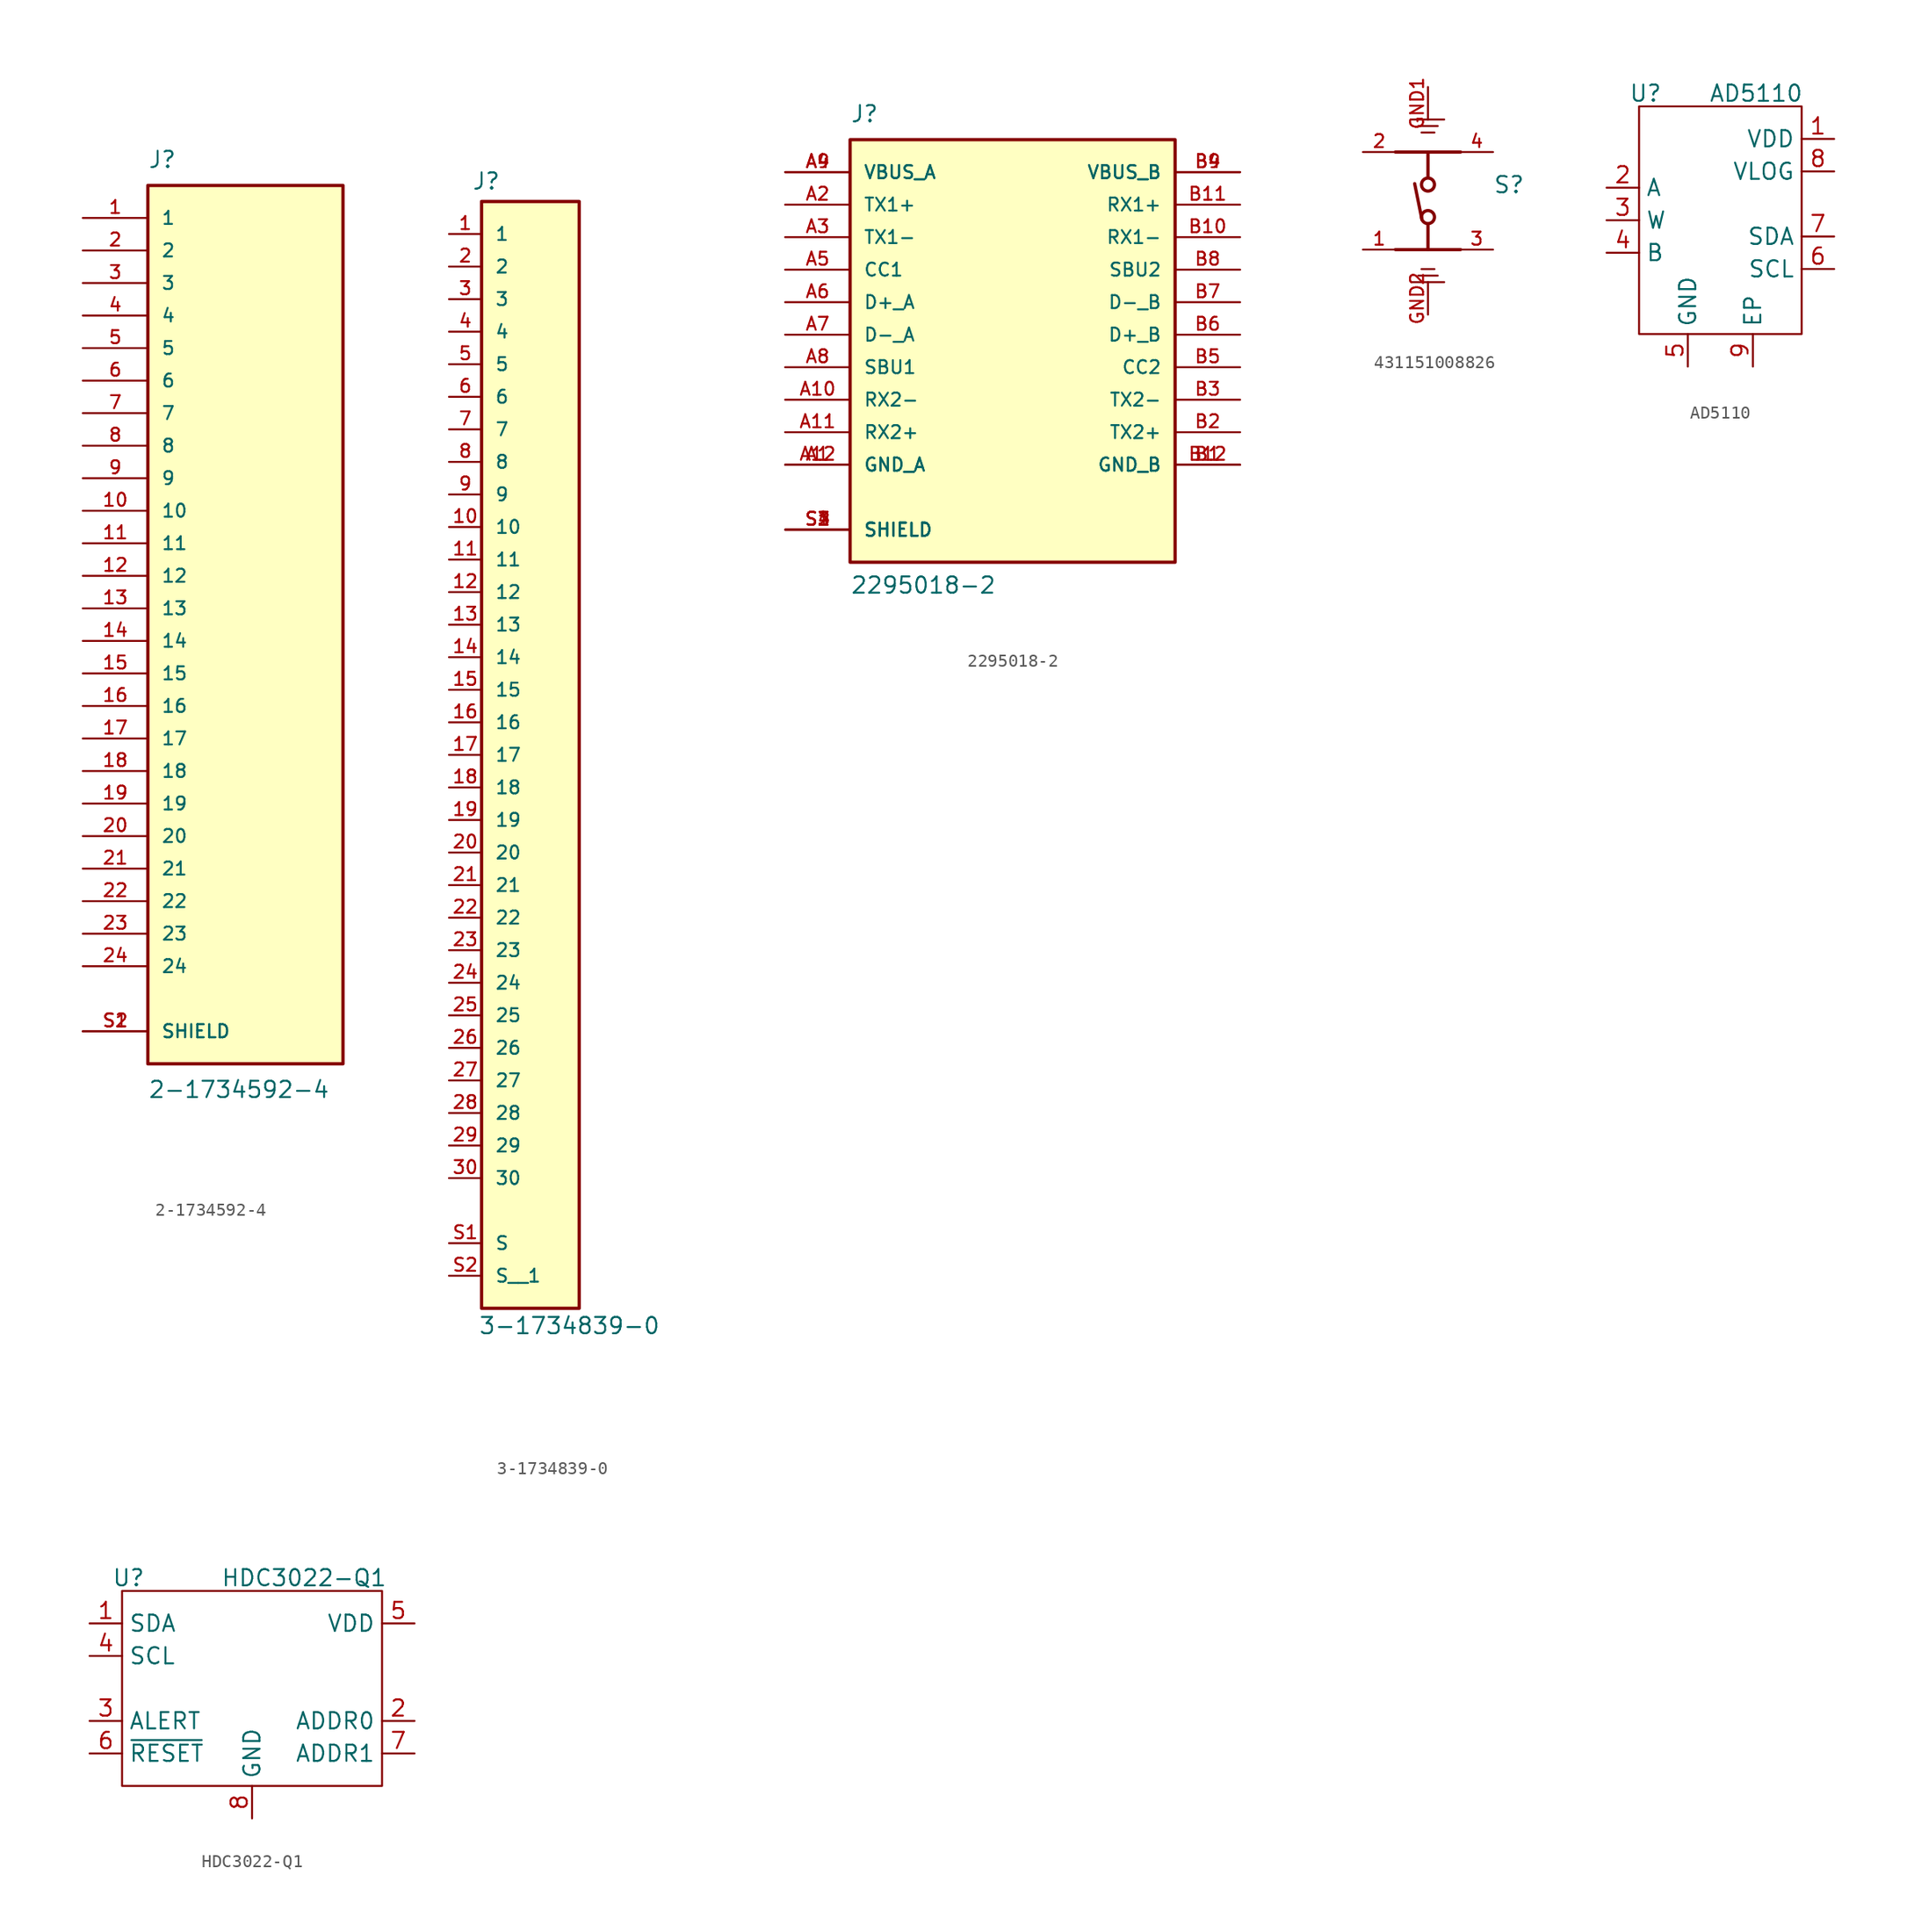
<source format=kicad_sym>
(kicad_symbol_lib
  (version 20231120)
  (generator "kicad_symbol_editor")
  (generator_version "8.0")
  (symbol "2-1734592-4"
    (pin_names
      (offset 1.016))
    (property "Reference" "J"
      (at -7.62 34.29 0)
      (effects (font (size 1.27 1.27)) (justify left bottom)))
    (property "Value" "2-1734592-4"
      (at -7.62 -36.83 0)
      (effects (font (size 1.27 1.27)) (justify left top)))
    (symbol "2-1734592-4_0_0"
      (rectangle (start -7.62 -35.56) (end 7.62 33.02) (stroke (width 0.254) (type default)) (fill (type background)))
      (pin passive line (at -12.7 30.48 0) (length 5.08) (name "1" (effects (font (size 1.016 1.016)))) (number "1" (effects (font (size 1.016 1.016)))))
      (pin passive line (at -12.7 7.62 0) (length 5.08) (name "10" (effects (font (size 1.016 1.016)))) (number "10" (effects (font (size 1.016 1.016)))))
      (pin passive line (at -12.7 5.08 0) (length 5.08) (name "11" (effects (font (size 1.016 1.016)))) (number "11" (effects (font (size 1.016 1.016)))))
      (pin passive line (at -12.7 2.54 0) (length 5.08) (name "12" (effects (font (size 1.016 1.016)))) (number "12" (effects (font (size 1.016 1.016)))))
      (pin passive line (at -12.7 0 0) (length 5.08) (name "13" (effects (font (size 1.016 1.016)))) (number "13" (effects (font (size 1.016 1.016)))))
      (pin passive line (at -12.7 -2.54 0) (length 5.08) (name "14" (effects (font (size 1.016 1.016)))) (number "14" (effects (font (size 1.016 1.016)))))
      (pin passive line (at -12.7 -5.08 0) (length 5.08) (name "15" (effects (font (size 1.016 1.016)))) (number "15" (effects (font (size 1.016 1.016)))))
      (pin passive line (at -12.7 -7.62 0) (length 5.08) (name "16" (effects (font (size 1.016 1.016)))) (number "16" (effects (font (size 1.016 1.016)))))
      (pin passive line (at -12.7 -10.16 0) (length 5.08) (name "17" (effects (font (size 1.016 1.016)))) (number "17" (effects (font (size 1.016 1.016)))))
      (pin passive line (at -12.7 -12.7 0) (length 5.08) (name "18" (effects (font (size 1.016 1.016)))) (number "18" (effects (font (size 1.016 1.016)))))
      (pin passive line (at -12.7 -15.24 0) (length 5.08) (name "19" (effects (font (size 1.016 1.016)))) (number "19" (effects (font (size 1.016 1.016)))))
      (pin passive line (at -12.7 27.94 0) (length 5.08) (name "2" (effects (font (size 1.016 1.016)))) (number "2" (effects (font (size 1.016 1.016)))))
      (pin passive line (at -12.7 -17.78 0) (length 5.08) (name "20" (effects (font (size 1.016 1.016)))) (number "20" (effects (font (size 1.016 1.016)))))
      (pin passive line (at -12.7 -20.32 0) (length 5.08) (name "21" (effects (font (size 1.016 1.016)))) (number "21" (effects (font (size 1.016 1.016)))))
      (pin passive line (at -12.7 -22.86 0) (length 5.08) (name "22" (effects (font (size 1.016 1.016)))) (number "22" (effects (font (size 1.016 1.016)))))
      (pin passive line (at -12.7 -25.4 0) (length 5.08) (name "23" (effects (font (size 1.016 1.016)))) (number "23" (effects (font (size 1.016 1.016)))))
      (pin passive line (at -12.7 -27.94 0) (length 5.08) (name "24" (effects (font (size 1.016 1.016)))) (number "24" (effects (font (size 1.016 1.016)))))
      (pin passive line (at -12.7 25.4 0) (length 5.08) (name "3" (effects (font (size 1.016 1.016)))) (number "3" (effects (font (size 1.016 1.016)))))
      (pin passive line (at -12.7 22.86 0) (length 5.08) (name "4" (effects (font (size 1.016 1.016)))) (number "4" (effects (font (size 1.016 1.016)))))
      (pin passive line (at -12.7 20.32 0) (length 5.08) (name "5" (effects (font (size 1.016 1.016)))) (number "5" (effects (font (size 1.016 1.016)))))
      (pin passive line (at -12.7 17.78 0) (length 5.08) (name "6" (effects (font (size 1.016 1.016)))) (number "6" (effects (font (size 1.016 1.016)))))
      (pin passive line (at -12.7 15.24 0) (length 5.08) (name "7" (effects (font (size 1.016 1.016)))) (number "7" (effects (font (size 1.016 1.016)))))
      (pin passive line (at -12.7 12.7 0) (length 5.08) (name "8" (effects (font (size 1.016 1.016)))) (number "8" (effects (font (size 1.016 1.016)))))
      (pin passive line (at -12.7 10.16 0) (length 5.08) (name "9" (effects (font (size 1.016 1.016)))) (number "9" (effects (font (size 1.016 1.016)))))
      (pin passive line (at -12.7 -33.02 0) (length 5.08) (name "SHIELD" (effects (font (size 1.016 1.016)))) (number "S1" (effects (font (size 1.016 1.016)))))
      (pin passive line (at -12.7 -33.02 0) (length 5.08) (name "SHIELD" (effects (font (size 1.016 1.016)))) (number "S2" (effects (font (size 1.016 1.016)))))))
  (symbol "3-1734839-0"
    (pin_names
      (offset 1.016))
    (property "Reference" "J"
      (at -5.842 41.478 0)
      (effects (font (size 1.27 1.27)) (justify left bottom)))
    (property "Value" "3-1734839-0"
      (at -5.334 -47.828 0)
      (effects (font (size 1.27 1.27)) (justify left bottom)))
    (property "ki_locked" ""
      (at 0 0 0)
      (effects (font (size 1.27 1.27))))
    (symbol "3-1734839-0_0_0"
      (rectangle (start -5.08 -45.72) (end 2.54 40.64) (stroke (width 0.254) (type solid)) (fill (type background)))
      (pin passive line (at -7.62 38.1 0) (length 2.54) (name "1" (effects (font (size 1.016 1.016)))) (number "1" (effects (font (size 1.016 1.016)))))
      (pin passive line (at -7.62 15.24 0) (length 2.54) (name "10" (effects (font (size 1.016 1.016)))) (number "10" (effects (font (size 1.016 1.016)))))
      (pin passive line (at -7.62 12.7 0) (length 2.54) (name "11" (effects (font (size 1.016 1.016)))) (number "11" (effects (font (size 1.016 1.016)))))
      (pin passive line (at -7.62 10.16 0) (length 2.54) (name "12" (effects (font (size 1.016 1.016)))) (number "12" (effects (font (size 1.016 1.016)))))
      (pin passive line (at -7.62 7.62 0) (length 2.54) (name "13" (effects (font (size 1.016 1.016)))) (number "13" (effects (font (size 1.016 1.016)))))
      (pin passive line (at -7.62 5.08 0) (length 2.54) (name "14" (effects (font (size 1.016 1.016)))) (number "14" (effects (font (size 1.016 1.016)))))
      (pin passive line (at -7.62 2.54 0) (length 2.54) (name "15" (effects (font (size 1.016 1.016)))) (number "15" (effects (font (size 1.016 1.016)))))
      (pin passive line (at -7.62 0 0) (length 2.54) (name "16" (effects (font (size 1.016 1.016)))) (number "16" (effects (font (size 1.016 1.016)))))
      (pin passive line (at -7.62 -2.54 0) (length 2.54) (name "17" (effects (font (size 1.016 1.016)))) (number "17" (effects (font (size 1.016 1.016)))))
      (pin passive line (at -7.62 -5.08 0) (length 2.54) (name "18" (effects (font (size 1.016 1.016)))) (number "18" (effects (font (size 1.016 1.016)))))
      (pin passive line (at -7.62 -7.62 0) (length 2.54) (name "19" (effects (font (size 1.016 1.016)))) (number "19" (effects (font (size 1.016 1.016)))))
      (pin passive line (at -7.62 35.56 0) (length 2.54) (name "2" (effects (font (size 1.016 1.016)))) (number "2" (effects (font (size 1.016 1.016)))))
      (pin passive line (at -7.62 -10.16 0) (length 2.54) (name "20" (effects (font (size 1.016 1.016)))) (number "20" (effects (font (size 1.016 1.016)))))
      (pin passive line (at -7.62 -12.7 0) (length 2.54) (name "21" (effects (font (size 1.016 1.016)))) (number "21" (effects (font (size 1.016 1.016)))))
      (pin passive line (at -7.62 -15.24 0) (length 2.54) (name "22" (effects (font (size 1.016 1.016)))) (number "22" (effects (font (size 1.016 1.016)))))
      (pin passive line (at -7.62 -17.78 0) (length 2.54) (name "23" (effects (font (size 1.016 1.016)))) (number "23" (effects (font (size 1.016 1.016)))))
      (pin passive line (at -7.62 -20.32 0) (length 2.54) (name "24" (effects (font (size 1.016 1.016)))) (number "24" (effects (font (size 1.016 1.016)))))
      (pin passive line (at -7.62 -22.86 0) (length 2.54) (name "25" (effects (font (size 1.016 1.016)))) (number "25" (effects (font (size 1.016 1.016)))))
      (pin passive line (at -7.62 -25.4 0) (length 2.54) (name "26" (effects (font (size 1.016 1.016)))) (number "26" (effects (font (size 1.016 1.016)))))
      (pin passive line (at -7.62 -27.94 0) (length 2.54) (name "27" (effects (font (size 1.016 1.016)))) (number "27" (effects (font (size 1.016 1.016)))))
      (pin passive line (at -7.62 -30.48 0) (length 2.54) (name "28" (effects (font (size 1.016 1.016)))) (number "28" (effects (font (size 1.016 1.016)))))
      (pin passive line (at -7.62 -33.02 0) (length 2.54) (name "29" (effects (font (size 1.016 1.016)))) (number "29" (effects (font (size 1.016 1.016)))))
      (pin passive line (at -7.62 33.02 0) (length 2.54) (name "3" (effects (font (size 1.016 1.016)))) (number "3" (effects (font (size 1.016 1.016)))))
      (pin passive line (at -7.62 -35.56 0) (length 2.54) (name "30" (effects (font (size 1.016 1.016)))) (number "30" (effects (font (size 1.016 1.016)))))
      (pin passive line (at -7.62 30.48 0) (length 2.54) (name "4" (effects (font (size 1.016 1.016)))) (number "4" (effects (font (size 1.016 1.016)))))
      (pin passive line (at -7.62 27.94 0) (length 2.54) (name "5" (effects (font (size 1.016 1.016)))) (number "5" (effects (font (size 1.016 1.016)))))
      (pin passive line (at -7.62 25.4 0) (length 2.54) (name "6" (effects (font (size 1.016 1.016)))) (number "6" (effects (font (size 1.016 1.016)))))
      (pin passive line (at -7.62 22.86 0) (length 2.54) (name "7" (effects (font (size 1.016 1.016)))) (number "7" (effects (font (size 1.016 1.016)))))
      (pin passive line (at -7.62 20.32 0) (length 2.54) (name "8" (effects (font (size 1.016 1.016)))) (number "8" (effects (font (size 1.016 1.016)))))
      (pin passive line (at -7.62 17.78 0) (length 2.54) (name "9" (effects (font (size 1.016 1.016)))) (number "9" (effects (font (size 1.016 1.016)))))
      (pin passive line (at -7.62 -40.64 0) (length 2.54) (name "S" (effects (font (size 1.016 1.016)))) (number "S1" (effects (font (size 1.016 1.016)))))
      (pin passive line (at -7.62 -43.18 0) (length 2.54) (name "S__1" (effects (font (size 1.016 1.016)))) (number "S2" (effects (font (size 1.016 1.016)))))))
  (symbol "2295018-2"
    (pin_names
      (offset 1.016))
    (property "Reference" "J"
      (at -12.7 16.51 0)
      (effects (font (size 1.27 1.27)) (justify left bottom)))
    (property "Value" "2295018-2"
      (at -12.7 -20.32 0)
      (effects (font (size 1.27 1.27)) (justify left bottom)))
    (symbol "2295018-2_0_0"
      (rectangle (start -12.7 -17.78) (end 12.7 15.24) (stroke (width 0.254) (type default)) (fill (type background)))
      (pin power_in line (at -17.78 -10.16 0) (length 5.08) (name "GND_A" (effects (font (size 1.016 1.016)))) (number "A1" (effects (font (size 1.016 1.016)))))
      (pin bidirectional line (at -17.78 -5.08 0) (length 5.08) (name "RX2-" (effects (font (size 1.016 1.016)))) (number "A10" (effects (font (size 1.016 1.016)))))
      (pin bidirectional line (at -17.78 -7.62 0) (length 5.08) (name "RX2+" (effects (font (size 1.016 1.016)))) (number "A11" (effects (font (size 1.016 1.016)))))
      (pin power_in line (at -17.78 -10.16 0) (length 5.08) (name "GND_A" (effects (font (size 1.016 1.016)))) (number "A12" (effects (font (size 1.016 1.016)))))
      (pin bidirectional line (at -17.78 10.16 0) (length 5.08) (name "TX1+" (effects (font (size 1.016 1.016)))) (number "A2" (effects (font (size 1.016 1.016)))))
      (pin bidirectional line (at -17.78 7.62 0) (length 5.08) (name "TX1-" (effects (font (size 1.016 1.016)))) (number "A3" (effects (font (size 1.016 1.016)))))
      (pin power_in line (at -17.78 12.7 0) (length 5.08) (name "VBUS_A" (effects (font (size 1.016 1.016)))) (number "A4" (effects (font (size 1.016 1.016)))))
      (pin bidirectional line (at -17.78 5.08 0) (length 5.08) (name "CC1" (effects (font (size 1.016 1.016)))) (number "A5" (effects (font (size 1.016 1.016)))))
      (pin bidirectional line (at -17.78 2.54 0) (length 5.08) (name "D+_A" (effects (font (size 1.016 1.016)))) (number "A6" (effects (font (size 1.016 1.016)))))
      (pin bidirectional line (at -17.78 0 0) (length 5.08) (name "D-_A" (effects (font (size 1.016 1.016)))) (number "A7" (effects (font (size 1.016 1.016)))))
      (pin bidirectional line (at -17.78 -2.54 0) (length 5.08) (name "SBU1" (effects (font (size 1.016 1.016)))) (number "A8" (effects (font (size 1.016 1.016)))))
      (pin power_in line (at -17.78 12.7 0) (length 5.08) (name "VBUS_A" (effects (font (size 1.016 1.016)))) (number "A9" (effects (font (size 1.016 1.016)))))
      (pin power_in line (at 17.78 -10.16 180) (length 5.08) (name "GND_B" (effects (font (size 1.016 1.016)))) (number "B1" (effects (font (size 1.016 1.016)))))
      (pin bidirectional line (at 17.78 7.62 180) (length 5.08) (name "RX1-" (effects (font (size 1.016 1.016)))) (number "B10" (effects (font (size 1.016 1.016)))))
      (pin bidirectional line (at 17.78 10.16 180) (length 5.08) (name "RX1+" (effects (font (size 1.016 1.016)))) (number "B11" (effects (font (size 1.016 1.016)))))
      (pin power_in line (at 17.78 -10.16 180) (length 5.08) (name "GND_B" (effects (font (size 1.016 1.016)))) (number "B12" (effects (font (size 1.016 1.016)))))
      (pin bidirectional line (at 17.78 -7.62 180) (length 5.08) (name "TX2+" (effects (font (size 1.016 1.016)))) (number "B2" (effects (font (size 1.016 1.016)))))
      (pin bidirectional line (at 17.78 -5.08 180) (length 5.08) (name "TX2-" (effects (font (size 1.016 1.016)))) (number "B3" (effects (font (size 1.016 1.016)))))
      (pin power_in line (at 17.78 12.7 180) (length 5.08) (name "VBUS_B" (effects (font (size 1.016 1.016)))) (number "B4" (effects (font (size 1.016 1.016)))))
      (pin bidirectional line (at 17.78 -2.54 180) (length 5.08) (name "CC2" (effects (font (size 1.016 1.016)))) (number "B5" (effects (font (size 1.016 1.016)))))
      (pin bidirectional line (at 17.78 0 180) (length 5.08) (name "D+_B" (effects (font (size 1.016 1.016)))) (number "B6" (effects (font (size 1.016 1.016)))))
      (pin bidirectional line (at 17.78 2.54 180) (length 5.08) (name "D-_B" (effects (font (size 1.016 1.016)))) (number "B7" (effects (font (size 1.016 1.016)))))
      (pin bidirectional line (at 17.78 5.08 180) (length 5.08) (name "SBU2" (effects (font (size 1.016 1.016)))) (number "B8" (effects (font (size 1.016 1.016)))))
      (pin power_in line (at 17.78 12.7 180) (length 5.08) (name "VBUS_B" (effects (font (size 1.016 1.016)))) (number "B9" (effects (font (size 1.016 1.016)))))
      (pin passive line (at -17.78 -15.24 0) (length 5.08) (name "SHIELD" (effects (font (size 1.016 1.016)))) (number "S1" (effects (font (size 1.016 1.016)))))
      (pin passive line (at -17.78 -15.24 0) (length 5.08) (name "SHIELD" (effects (font (size 1.016 1.016)))) (number "S2" (effects (font (size 1.016 1.016)))))
      (pin passive line (at -17.78 -15.24 0) (length 5.08) (name "SHIELD" (effects (font (size 1.016 1.016)))) (number "S3" (effects (font (size 1.016 1.016)))))
      (pin passive line (at -17.78 -15.24 0) (length 5.08) (name "SHIELD" (effects (font (size 1.016 1.016)))) (number "S4" (effects (font (size 1.016 1.016)))))))
  (symbol "431151008826"
    (pin_names
      (offset 1.016))
    (property "Reference" "S"
      (at 5.08 1.778 0)
      (effects (font (size 1.27 1.27)) (justify left bottom)))
    (symbol "431151008826_0_0"
      (polyline (pts (xy -2.54 -2.54) (xy 0 -2.54)) (stroke (width 0.254) (type default)) (fill (type none)))
      (polyline (pts (xy -2.54 5.08) (xy 0 5.08)) (stroke (width 0.254) (type default)) (fill (type none)))
      (polyline (pts (xy -1.27 7.62) (xy 1.27 7.62)) (stroke (width 0.152) (type default)) (fill (type none)))
      (polyline (pts (xy -0.762 7.112) (xy 0.762 7.112)) (stroke (width 0.152) (type default)) (fill (type none)))
      (polyline (pts (xy -0.508 6.604) (xy 0.508 6.604)) (stroke (width 0.152) (type default)) (fill (type none)))
      (polyline (pts (xy -0.47 -0.2) (xy -1.04 2.61)) (stroke (width 0.254) (type default)) (fill (type none)))
      (polyline (pts (xy 0 -2.54) (xy 2.54 -2.54)) (stroke (width 0.254) (type default)) (fill (type none)))
      (polyline (pts (xy 0 -0.635) (xy 0 -2.54)) (stroke (width 0.254) (type default)) (fill (type none)))
      (polyline (pts (xy 0 5.08) (xy 0 3.175)) (stroke (width 0.254) (type default)) (fill (type none)))
      (polyline (pts (xy 0 5.08) (xy 2.54 5.08)) (stroke (width 0.254) (type default)) (fill (type none)))
      (polyline (pts (xy 0.508 -4.064) (xy -0.508 -4.064)) (stroke (width 0.152) (type default)) (fill (type none)))
      (polyline (pts (xy 0.762 -4.572) (xy -0.762 -4.572)) (stroke (width 0.152) (type default)) (fill (type none)))
      (polyline (pts (xy 1.27 -5.08) (xy -1.27 -5.08)) (stroke (width 0.152) (type default)) (fill (type none)))
      (circle (center 0 0) (radius 0.508) (stroke (width 0.254) (type default)) (fill (type none)))
      (circle (center 0 2.54) (radius 0.508) (stroke (width 0.254) (type default)) (fill (type none)))
      (pin passive line (at -5.08 -2.54 0) (length 2.54) (name "~" (effects (font (size 1.016 1.016)))) (number "1" (effects (font (size 1.016 1.016)))))
      (pin passive line (at -5.08 5.08 0) (length 2.54) (name "~" (effects (font (size 1.016 1.016)))) (number "2" (effects (font (size 1.016 1.016)))))
      (pin passive line (at 5.08 -2.54 180) (length 2.54) (name "~" (effects (font (size 1.016 1.016)))) (number "3" (effects (font (size 1.016 1.016)))))
      (pin passive line (at 5.08 5.08 180) (length 2.54) (name "~" (effects (font (size 1.016 1.016)))) (number "4" (effects (font (size 1.016 1.016)))))
      (pin passive line (at 0 10.16 270) (length 2.54) (name "~" (effects (font (size 1.016 1.016)))) (number "GND1" (effects (font (size 1.016 1.016)))))
      (pin passive line (at 0 -7.62 90) (length 2.54) (name "~" (effects (font (size 1.016 1.016)))) (number "GND2" (effects (font (size 1.016 1.016)))))))
  (symbol "AD5110"
    (property "Reference" "U"
      (at -5.842 9.906 0)
      (effects (font (size 1.27 1.27))))
    (property "Value" "AD5110"
      (at 2.794 9.906 0)
      (effects (font (size 1.27 1.27))))
    (symbol "AD5110_0_0"
      (pin power_in line (at 8.89 6.35 180) (length 2.54) (name "VDD" (effects (font (size 1.27 1.27)))) (number "1" (effects (font (size 1.27 1.27)))))
      (pin passive line (at -8.89 2.54 0) (length 2.54) (name "A" (effects (font (size 1.27 1.27)))) (number "2" (effects (font (size 1.27 1.27)))))
      (pin passive line (at -8.89 0 0) (length 2.54) (name "W" (effects (font (size 1.27 1.27)))) (number "3" (effects (font (size 1.27 1.27)))))
      (pin passive line (at -8.89 -2.54 0) (length 2.54) (name "B" (effects (font (size 1.27 1.27)))) (number "4" (effects (font (size 1.27 1.27)))))
      (pin power_in line (at -2.54 -11.43 90) (length 2.54) (name "GND" (effects (font (size 1.27 1.27)))) (number "5" (effects (font (size 1.27 1.27)))))
      (pin input line (at 8.89 -3.81 180) (length 2.54) (name "SCL" (effects (font (size 1.27 1.27)))) (number "6" (effects (font (size 1.27 1.27)))))
      (pin bidirectional line (at 8.89 -1.27 180) (length 2.54) (name "SDA" (effects (font (size 1.27 1.27)))) (number "7" (effects (font (size 1.27 1.27)))))
      (pin power_in line (at 8.89 3.81 180) (length 2.54) (name "VLOG" (effects (font (size 1.27 1.27)))) (number "8" (effects (font (size 1.27 1.27)))))
      (pin unspecified line (at 2.54 -11.43 90) (length 2.54) (name "EP" (effects (font (size 1.27 1.27)))) (number "9" (effects (font (size 1.27 1.27))))))
    (symbol "AD5110_0_1"
      (rectangle (start -6.35 8.89) (end 6.35 -8.89) (stroke (width 0) (type default)) (fill (type none)))))
  (symbol "HDC3022-Q1"
    (property "Reference" "U"
      (at -7.112 16.256 0)
      (effects (font (size 1.27 1.27))))
    (property "Value" "HDC3022-Q1"
      (at 6.604 16.256 0)
      (effects (font (size 1.27 1.27))))
    (symbol "HDC3022-Q1_0_0"
      (pin bidirectional line (at -10.16 12.7 0) (length 2.54) (name "SDA" (effects (font (size 1.27 1.27)))) (number "1" (effects (font (size 1.27 1.27)))))
      (pin output line (at -10.16 5.08 0) (length 2.54) (name "ALERT" (effects (font (size 1.27 1.27)))) (number "3" (effects (font (size 1.27 1.27)))))
      (pin input line (at -10.16 10.16 0) (length 2.54) (name "SCL" (effects (font (size 1.27 1.27)))) (number "4" (effects (font (size 1.27 1.27)))))
      (pin power_in line (at 15.24 12.7 180) (length 2.54) (name "VDD" (effects (font (size 1.27 1.27)))) (number "5" (effects (font (size 1.27 1.27)))))
      (pin input line (at -10.16 2.54 0) (length 2.54) (name "~{RESET}" (effects (font (size 1.27 1.27)))) (number "6" (effects (font (size 1.27 1.27)))))
      (pin input line (at 15.24 2.54 180) (length 2.54) (name "ADDR1" (effects (font (size 1.27 1.27)))) (number "7" (effects (font (size 1.27 1.27)))))
      (pin power_in line (at 2.54 -2.54 90) (length 2.54) (name "GND" (effects (font (size 1.27 1.27)))) (number "8" (effects (font (size 1.27 1.27))))))
    (symbol "HDC3022-Q1_0_1"
      (rectangle (start -7.62 15.24) (end 12.7 0) (stroke (width 0) (type default)) (fill (type none))))
    (symbol "HDC3022-Q1_1_0"
      (pin input line (at 15.24 5.08 180) (length 2.54) (name "ADDR0" (effects (font (size 1.27 1.27)))) (number "2" (effects (font (size 1.27 1.27))))))))
</source>
